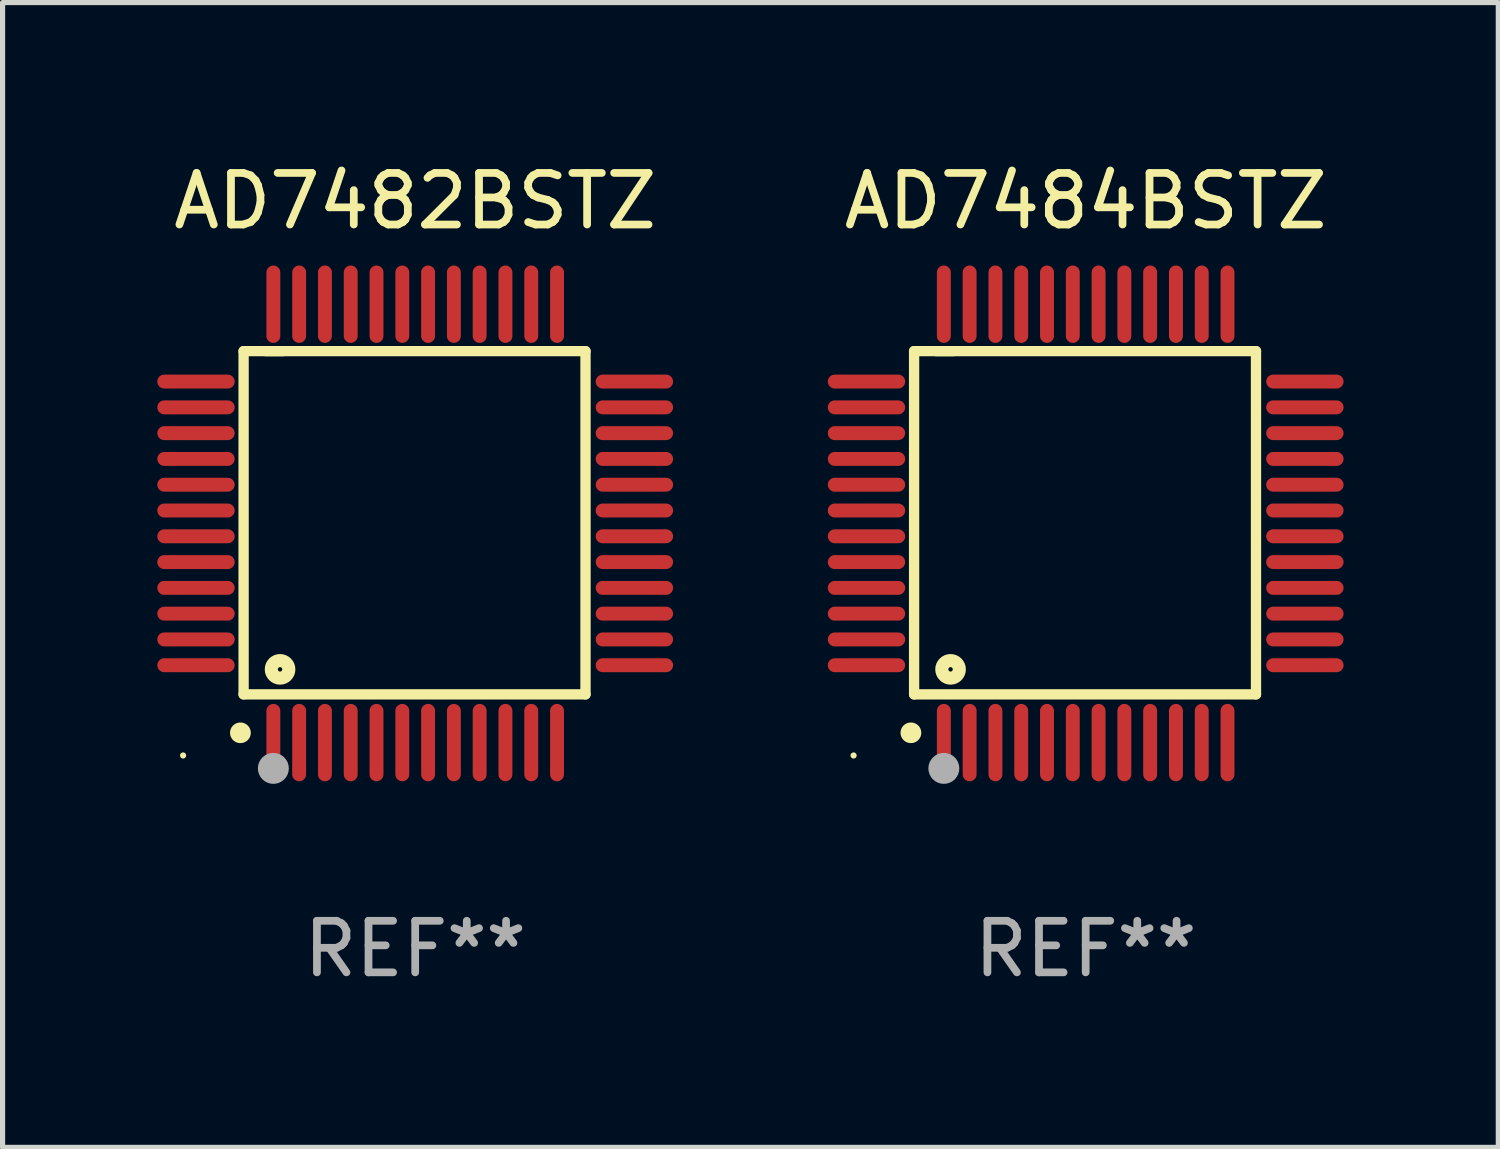
<source format=kicad_pcb>
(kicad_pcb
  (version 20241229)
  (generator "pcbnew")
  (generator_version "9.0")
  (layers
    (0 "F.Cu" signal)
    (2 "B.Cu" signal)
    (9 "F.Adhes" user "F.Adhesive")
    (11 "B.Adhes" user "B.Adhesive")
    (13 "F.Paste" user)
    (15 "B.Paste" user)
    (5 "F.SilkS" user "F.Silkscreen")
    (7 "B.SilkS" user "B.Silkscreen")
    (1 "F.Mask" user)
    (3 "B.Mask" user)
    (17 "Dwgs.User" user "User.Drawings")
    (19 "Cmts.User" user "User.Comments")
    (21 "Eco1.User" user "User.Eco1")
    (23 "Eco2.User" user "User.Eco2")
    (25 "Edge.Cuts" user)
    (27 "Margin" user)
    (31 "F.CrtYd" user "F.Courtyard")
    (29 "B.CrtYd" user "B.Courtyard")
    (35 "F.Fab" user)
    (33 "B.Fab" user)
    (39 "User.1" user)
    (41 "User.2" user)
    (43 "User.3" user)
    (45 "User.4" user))
  (footprint "AD7482BSTZ"
    (layer "F.Cu")
    (at 5 7.098)
    (property "Reference" "AD7482BSTZ" (at 0 -6.25 0) (layer "F.SilkS") (effects (font (size 1 1) (thickness 0.15))))
    (attr through_hole)
    (fp_line (start -3.327 -3.34) (end -2.565 -3.34) (stroke (width 0.2) (type solid)) (layer "F.SilkS"))
    (fp_line (start -3.327 3.315) (end -3.327 -3.34) (stroke (width 0.2) (type solid)) (layer "F.SilkS"))
    (fp_line (start -2.896 -3.34) (end 3.302 -3.34) (stroke (width 0.2) (type solid)) (layer "F.SilkS"))
    (fp_line (start 3.302 -3.34) (end 3.302 3.315) (stroke (width 0.2) (type solid)) (layer "F.SilkS"))
    (fp_line (start 3.302 3.315) (end -3.327 3.315) (stroke (width 0.2) (type solid)) (layer "F.SilkS"))
    (fp_arc (start -3.389992 4.059995) (mid -3.388722 4.059991) (end -3.387452 4.059995) (stroke (width 0.4) (type solid)) (layer "F.SilkS"))
    (fp_circle (center -4.5 4.5) (end -4.47 4.5) (stroke (width 0.06) (type solid)) (fill no) (layer "F.SilkS"))
    (fp_circle (center -2.62 2.83) (end -2.45 2.83) (stroke (width 0.254) (type solid)) (fill no) (layer "F.SilkS"))
    (fp_circle (center -2.75 4.75) (end -2.6 4.75) (stroke (width 0.3) (type solid)) (fill no) (layer "F.Fab"))
    (fp_text user "REF**" (at 0 8.25 0) (layer "F.Fab") (effects (font (size 1 1) (thickness 0.15))))
    (pad "1" smd oval (at -2.75 4.25) (size 0.27 1.5) (layers "F.Cu" "F.Mask" "F.Paste"))
    (pad "2" smd oval (at -2.25 4.25) (size 0.27 1.5) (layers "F.Cu" "F.Mask" "F.Paste"))
    (pad "3" smd oval (at -1.75 4.25) (size 0.27 1.5) (layers "F.Cu" "F.Mask" "F.Paste"))
    (pad "4" smd oval (at -1.25 4.25) (size 0.27 1.5) (layers "F.Cu" "F.Mask" "F.Paste"))
    (pad "5" smd oval (at -0.75 4.25) (size 0.27 1.5) (layers "F.Cu" "F.Mask" "F.Paste"))
    (pad "6" smd oval (at -0.25 4.25) (size 0.27 1.5) (layers "F.Cu" "F.Mask" "F.Paste"))
    (pad "7" smd oval (at 0.25 4.25) (size 0.27 1.5) (layers "F.Cu" "F.Mask" "F.Paste"))
    (pad "8" smd oval (at 0.75 4.25) (size 0.27 1.5) (layers "F.Cu" "F.Mask" "F.Paste"))
    (pad "9" smd oval (at 1.25 4.25) (size 0.27 1.5) (layers "F.Cu" "F.Mask" "F.Paste"))
    (pad "10" smd oval (at 1.75 4.25) (size 0.27 1.5) (layers "F.Cu" "F.Mask" "F.Paste"))
    (pad "11" smd oval (at 2.25 4.25) (size 0.27 1.5) (layers "F.Cu" "F.Mask" "F.Paste"))
    (pad "12" smd oval (at 2.75 4.25) (size 0.27 1.5) (layers "F.Cu" "F.Mask" "F.Paste"))
    (pad "13" smd oval (at 4.25 2.75) (size 1.5 0.27) (layers "F.Cu" "F.Mask" "F.Paste"))
    (pad "14" smd oval (at 4.25 2.25) (size 1.5 0.27) (layers "F.Cu" "F.Mask" "F.Paste"))
    (pad "15" smd oval (at 4.25 1.75) (size 1.5 0.27) (layers "F.Cu" "F.Mask" "F.Paste"))
    (pad "16" smd oval (at 4.25 1.25) (size 1.5 0.27) (layers "F.Cu" "F.Mask" "F.Paste"))
    (pad "17" smd oval (at 4.25 0.75) (size 1.5 0.27) (layers "F.Cu" "F.Mask" "F.Paste"))
    (pad "18" smd oval (at 4.25 0.25) (size 1.5 0.27) (layers "F.Cu" "F.Mask" "F.Paste"))
    (pad "19" smd oval (at 4.25 -0.25) (size 1.5 0.27) (layers "F.Cu" "F.Mask" "F.Paste"))
    (pad "20" smd oval (at 4.25 -0.75) (size 1.5 0.27) (layers "F.Cu" "F.Mask" "F.Paste"))
    (pad "21" smd oval (at 4.25 -1.25) (size 1.5 0.27) (layers "F.Cu" "F.Mask" "F.Paste"))
    (pad "22" smd oval (at 4.25 -1.75) (size 1.5 0.27) (layers "F.Cu" "F.Mask" "F.Paste"))
    (pad "23" smd oval (at 4.25 -2.25) (size 1.5 0.27) (layers "F.Cu" "F.Mask" "F.Paste"))
    (pad "24" smd oval (at 4.25 -2.75) (size 1.5 0.27) (layers "F.Cu" "F.Mask" "F.Paste"))
    (pad "25" smd oval (at 2.75 -4.25) (size 0.27 1.5) (layers "F.Cu" "F.Mask" "F.Paste"))
    (pad "26" smd oval (at 2.25 -4.25) (size 0.27 1.5) (layers "F.Cu" "F.Mask" "F.Paste"))
    (pad "27" smd oval (at 1.75 -4.25) (size 0.27 1.5) (layers "F.Cu" "F.Mask" "F.Paste"))
    (pad "28" smd oval (at 1.25 -4.25) (size 0.27 1.5) (layers "F.Cu" "F.Mask" "F.Paste"))
    (pad "29" smd oval (at 0.75 -4.25) (size 0.27 1.5) (layers "F.Cu" "F.Mask" "F.Paste"))
    (pad "30" smd oval (at 0.25 -4.25) (size 0.27 1.5) (layers "F.Cu" "F.Mask" "F.Paste"))
    (pad "31" smd oval (at -0.25 -4.25) (size 0.27 1.5) (layers "F.Cu" "F.Mask" "F.Paste"))
    (pad "32" smd oval (at -0.75 -4.25) (size 0.27 1.5) (layers "F.Cu" "F.Mask" "F.Paste"))
    (pad "33" smd oval (at -1.25 -4.25) (size 0.27 1.5) (layers "F.Cu" "F.Mask" "F.Paste"))
    (pad "34" smd oval (at -1.75 -4.25) (size 0.27 1.5) (layers "F.Cu" "F.Mask" "F.Paste"))
    (pad "35" smd oval (at -2.25 -4.25) (size 0.27 1.5) (layers "F.Cu" "F.Mask" "F.Paste"))
    (pad "36" smd oval (at -2.75 -4.25) (size 0.27 1.5) (layers "F.Cu" "F.Mask" "F.Paste"))
    (pad "37" smd oval (at -4.25 -2.75) (size 1.5 0.27) (layers "F.Cu" "F.Mask" "F.Paste"))
    (pad "38" smd oval (at -4.25 -2.25) (size 1.5 0.27) (layers "F.Cu" "F.Mask" "F.Paste"))
    (pad "39" smd oval (at -4.25 -1.75) (size 1.5 0.27) (layers "F.Cu" "F.Mask" "F.Paste"))
    (pad "40" smd oval (at -4.25 -1.25) (size 1.5 0.27) (layers "F.Cu" "F.Mask" "F.Paste"))
    (pad "41" smd oval (at -4.25 -0.75) (size 1.5 0.27) (layers "F.Cu" "F.Mask" "F.Paste"))
    (pad "42" smd oval (at -4.25 -0.25) (size 1.5 0.27) (layers "F.Cu" "F.Mask" "F.Paste"))
    (pad "43" smd oval (at -4.25 0.25) (size 1.5 0.27) (layers "F.Cu" "F.Mask" "F.Paste"))
    (pad "44" smd oval (at -4.25 0.75) (size 1.5 0.27) (layers "F.Cu" "F.Mask" "F.Paste"))
    (pad "45" smd oval (at -4.25 1.25) (size 1.5 0.27) (layers "F.Cu" "F.Mask" "F.Paste"))
    (pad "46" smd oval (at -4.25 1.75) (size 1.5 0.27) (layers "F.Cu" "F.Mask" "F.Paste"))
    (pad "47" smd oval (at -4.25 2.25) (size 1.5 0.27) (layers "F.Cu" "F.Mask" "F.Paste"))
    (pad "48" smd oval (at -4.25 2.75) (size 1.5 0.27) (layers "F.Cu" "F.Mask" "F.Paste")))
  (footprint "AD7484BSTZ"
    (layer "F.Cu")
    (at 18 7.098)
    (property "Reference" "AD7484BSTZ" (at 0 -6.25 0) (layer "F.SilkS") (effects (font (size 1 1) (thickness 0.15))))
    (attr through_hole)
    (fp_line (start -3.327 -3.34) (end -2.565 -3.34) (stroke (width 0.2) (type solid)) (layer "F.SilkS"))
    (fp_line (start -3.327 3.315) (end -3.327 -3.34) (stroke (width 0.2) (type solid)) (layer "F.SilkS"))
    (fp_line (start -2.896 -3.34) (end 3.302 -3.34) (stroke (width 0.2) (type solid)) (layer "F.SilkS"))
    (fp_line (start 3.302 -3.34) (end 3.302 3.315) (stroke (width 0.2) (type solid)) (layer "F.SilkS"))
    (fp_line (start 3.302 3.315) (end -3.327 3.315) (stroke (width 0.2) (type solid)) (layer "F.SilkS"))
    (fp_arc (start -3.389992 4.059995) (mid -3.388722 4.059991) (end -3.387452 4.059995) (stroke (width 0.4) (type solid)) (layer "F.SilkS"))
    (fp_circle (center -4.5 4.5) (end -4.47 4.5) (stroke (width 0.06) (type solid)) (fill no) (layer "F.SilkS"))
    (fp_circle (center -2.62 2.83) (end -2.45 2.83) (stroke (width 0.254) (type solid)) (fill no) (layer "F.SilkS"))
    (fp_circle (center -2.75 4.75) (end -2.6 4.75) (stroke (width 0.3) (type solid)) (fill no) (layer "F.Fab"))
    (fp_text user "REF**" (at 0 8.25 0) (layer "F.Fab") (effects (font (size 1 1) (thickness 0.15))))
    (pad "1" smd oval (at -2.75 4.25) (size 0.27 1.5) (layers "F.Cu" "F.Mask" "F.Paste"))
    (pad "2" smd oval (at -2.25 4.25) (size 0.27 1.5) (layers "F.Cu" "F.Mask" "F.Paste"))
    (pad "3" smd oval (at -1.75 4.25) (size 0.27 1.5) (layers "F.Cu" "F.Mask" "F.Paste"))
    (pad "4" smd oval (at -1.25 4.25) (size 0.27 1.5) (layers "F.Cu" "F.Mask" "F.Paste"))
    (pad "5" smd oval (at -0.75 4.25) (size 0.27 1.5) (layers "F.Cu" "F.Mask" "F.Paste"))
    (pad "6" smd oval (at -0.25 4.25) (size 0.27 1.5) (layers "F.Cu" "F.Mask" "F.Paste"))
    (pad "7" smd oval (at 0.25 4.25) (size 0.27 1.5) (layers "F.Cu" "F.Mask" "F.Paste"))
    (pad "8" smd oval (at 0.75 4.25) (size 0.27 1.5) (layers "F.Cu" "F.Mask" "F.Paste"))
    (pad "9" smd oval (at 1.25 4.25) (size 0.27 1.5) (layers "F.Cu" "F.Mask" "F.Paste"))
    (pad "10" smd oval (at 1.75 4.25) (size 0.27 1.5) (layers "F.Cu" "F.Mask" "F.Paste"))
    (pad "11" smd oval (at 2.25 4.25) (size 0.27 1.5) (layers "F.Cu" "F.Mask" "F.Paste"))
    (pad "12" smd oval (at 2.75 4.25) (size 0.27 1.5) (layers "F.Cu" "F.Mask" "F.Paste"))
    (pad "13" smd oval (at 4.25 2.75) (size 1.5 0.27) (layers "F.Cu" "F.Mask" "F.Paste"))
    (pad "14" smd oval (at 4.25 2.25) (size 1.5 0.27) (layers "F.Cu" "F.Mask" "F.Paste"))
    (pad "15" smd oval (at 4.25 1.75) (size 1.5 0.27) (layers "F.Cu" "F.Mask" "F.Paste"))
    (pad "16" smd oval (at 4.25 1.25) (size 1.5 0.27) (layers "F.Cu" "F.Mask" "F.Paste"))
    (pad "17" smd oval (at 4.25 0.75) (size 1.5 0.27) (layers "F.Cu" "F.Mask" "F.Paste"))
    (pad "18" smd oval (at 4.25 0.25) (size 1.5 0.27) (layers "F.Cu" "F.Mask" "F.Paste"))
    (pad "19" smd oval (at 4.25 -0.25) (size 1.5 0.27) (layers "F.Cu" "F.Mask" "F.Paste"))
    (pad "20" smd oval (at 4.25 -0.75) (size 1.5 0.27) (layers "F.Cu" "F.Mask" "F.Paste"))
    (pad "21" smd oval (at 4.25 -1.25) (size 1.5 0.27) (layers "F.Cu" "F.Mask" "F.Paste"))
    (pad "22" smd oval (at 4.25 -1.75) (size 1.5 0.27) (layers "F.Cu" "F.Mask" "F.Paste"))
    (pad "23" smd oval (at 4.25 -2.25) (size 1.5 0.27) (layers "F.Cu" "F.Mask" "F.Paste"))
    (pad "24" smd oval (at 4.25 -2.75) (size 1.5 0.27) (layers "F.Cu" "F.Mask" "F.Paste"))
    (pad "25" smd oval (at 2.75 -4.25) (size 0.27 1.5) (layers "F.Cu" "F.Mask" "F.Paste"))
    (pad "26" smd oval (at 2.25 -4.25) (size 0.27 1.5) (layers "F.Cu" "F.Mask" "F.Paste"))
    (pad "27" smd oval (at 1.75 -4.25) (size 0.27 1.5) (layers "F.Cu" "F.Mask" "F.Paste"))
    (pad "28" smd oval (at 1.25 -4.25) (size 0.27 1.5) (layers "F.Cu" "F.Mask" "F.Paste"))
    (pad "29" smd oval (at 0.75 -4.25) (size 0.27 1.5) (layers "F.Cu" "F.Mask" "F.Paste"))
    (pad "30" smd oval (at 0.25 -4.25) (size 0.27 1.5) (layers "F.Cu" "F.Mask" "F.Paste"))
    (pad "31" smd oval (at -0.25 -4.25) (size 0.27 1.5) (layers "F.Cu" "F.Mask" "F.Paste"))
    (pad "32" smd oval (at -0.75 -4.25) (size 0.27 1.5) (layers "F.Cu" "F.Mask" "F.Paste"))
    (pad "33" smd oval (at -1.25 -4.25) (size 0.27 1.5) (layers "F.Cu" "F.Mask" "F.Paste"))
    (pad "34" smd oval (at -1.75 -4.25) (size 0.27 1.5) (layers "F.Cu" "F.Mask" "F.Paste"))
    (pad "35" smd oval (at -2.25 -4.25) (size 0.27 1.5) (layers "F.Cu" "F.Mask" "F.Paste"))
    (pad "36" smd oval (at -2.75 -4.25) (size 0.27 1.5) (layers "F.Cu" "F.Mask" "F.Paste"))
    (pad "37" smd oval (at -4.25 -2.75) (size 1.5 0.27) (layers "F.Cu" "F.Mask" "F.Paste"))
    (pad "38" smd oval (at -4.25 -2.25) (size 1.5 0.27) (layers "F.Cu" "F.Mask" "F.Paste"))
    (pad "39" smd oval (at -4.25 -1.75) (size 1.5 0.27) (layers "F.Cu" "F.Mask" "F.Paste"))
    (pad "40" smd oval (at -4.25 -1.25) (size 1.5 0.27) (layers "F.Cu" "F.Mask" "F.Paste"))
    (pad "41" smd oval (at -4.25 -0.75) (size 1.5 0.27) (layers "F.Cu" "F.Mask" "F.Paste"))
    (pad "42" smd oval (at -4.25 -0.25) (size 1.5 0.27) (layers "F.Cu" "F.Mask" "F.Paste"))
    (pad "43" smd oval (at -4.25 0.25) (size 1.5 0.27) (layers "F.Cu" "F.Mask" "F.Paste"))
    (pad "44" smd oval (at -4.25 0.75) (size 1.5 0.27) (layers "F.Cu" "F.Mask" "F.Paste"))
    (pad "45" smd oval (at -4.25 1.25) (size 1.5 0.27) (layers "F.Cu" "F.Mask" "F.Paste"))
    (pad "46" smd oval (at -4.25 1.75) (size 1.5 0.27) (layers "F.Cu" "F.Mask" "F.Paste"))
    (pad "47" smd oval (at -4.25 2.25) (size 1.5 0.27) (layers "F.Cu" "F.Mask" "F.Paste"))
    (pad "48" smd oval (at -4.25 2.75) (size 1.5 0.27) (layers "F.Cu" "F.Mask" "F.Paste")))
  (gr_rect
    (start -3 -3)
    (end 26 19.196)
    (stroke (width 0.1) (type default))
    (fill no)
    (layer "Edge.Cuts")))
</source>
